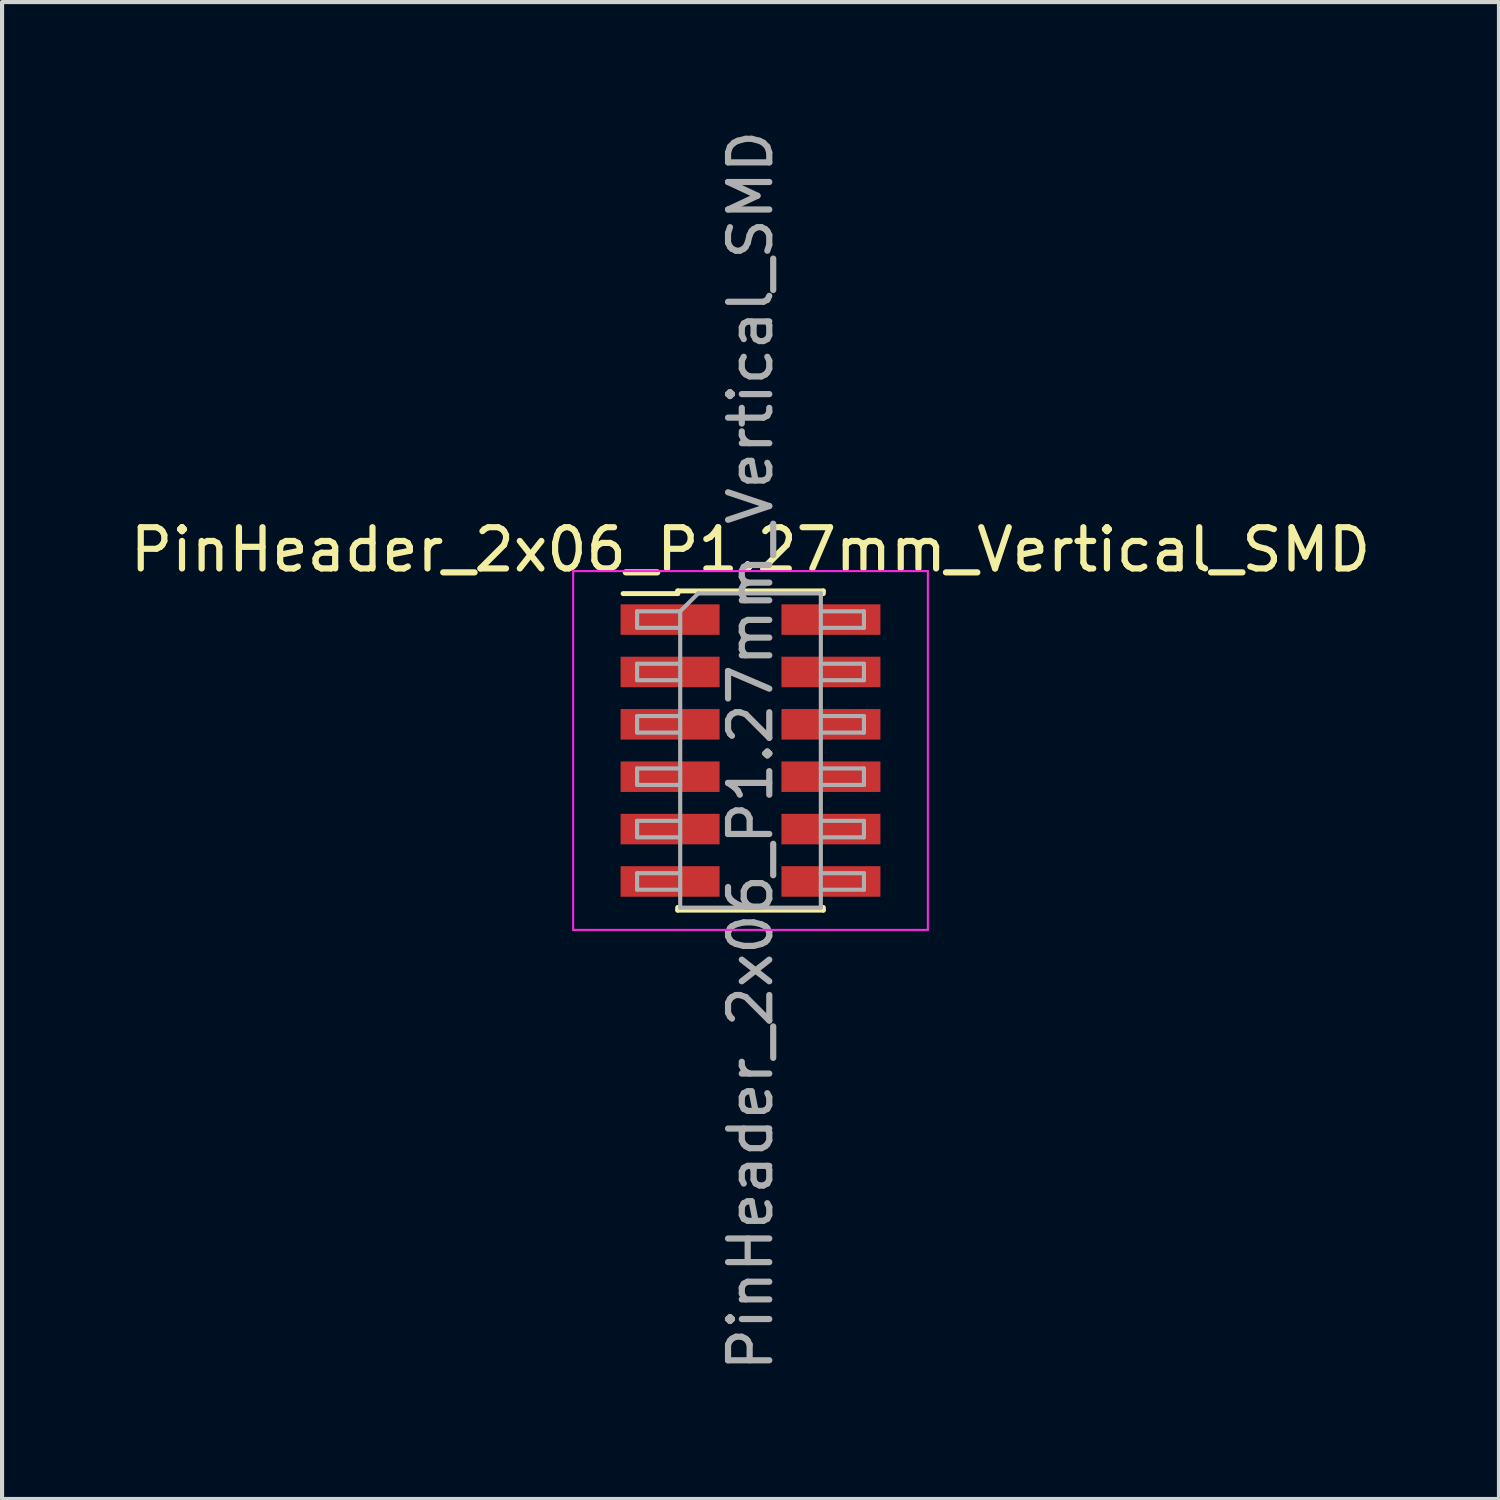
<source format=kicad_pcb>
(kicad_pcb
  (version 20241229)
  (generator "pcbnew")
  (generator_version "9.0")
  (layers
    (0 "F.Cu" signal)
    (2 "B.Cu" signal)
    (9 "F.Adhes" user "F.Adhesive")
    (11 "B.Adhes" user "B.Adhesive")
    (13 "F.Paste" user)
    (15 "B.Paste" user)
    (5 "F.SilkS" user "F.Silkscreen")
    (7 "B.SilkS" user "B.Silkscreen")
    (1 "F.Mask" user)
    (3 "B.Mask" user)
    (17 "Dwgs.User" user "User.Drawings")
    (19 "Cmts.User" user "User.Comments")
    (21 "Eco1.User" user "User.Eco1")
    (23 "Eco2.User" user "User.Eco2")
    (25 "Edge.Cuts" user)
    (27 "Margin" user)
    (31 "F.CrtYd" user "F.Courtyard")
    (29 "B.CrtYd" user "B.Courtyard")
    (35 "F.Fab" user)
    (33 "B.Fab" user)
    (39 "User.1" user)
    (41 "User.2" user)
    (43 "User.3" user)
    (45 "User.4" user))
  (footprint "PinHeader_2x06_P1.27mm_Vertical_SMD"
    (layer "F.Cu")
    (at 15.149 15.149)
    (property "Reference" "PinHeader_2x06_P1.27mm_Vertical_SMD" (at 0 -4.87 0) (layer "F.SilkS") (effects (font (size 1 1) (thickness 0.15))))
    (attr smd)
    (fp_line (start -3.09 -3.805) (end -1.765 -3.805) (stroke (width 0.12) (type solid)) (layer "F.SilkS"))
    (fp_line (start -1.765 -3.87) (end -1.765 -3.805) (stroke (width 0.12) (type solid)) (layer "F.SilkS"))
    (fp_line (start -1.765 -3.87) (end 1.765 -3.87) (stroke (width 0.12) (type solid)) (layer "F.SilkS"))
    (fp_line (start -1.765 3.805) (end -1.765 3.87) (stroke (width 0.12) (type solid)) (layer "F.SilkS"))
    (fp_line (start -1.765 3.87) (end 1.765 3.87) (stroke (width 0.12) (type solid)) (layer "F.SilkS"))
    (fp_line (start 1.765 -3.87) (end 1.765 -3.805) (stroke (width 0.12) (type solid)) (layer "F.SilkS"))
    (fp_line (start 1.765 3.805) (end 1.765 3.87) (stroke (width 0.12) (type solid)) (layer "F.SilkS"))
    (fp_line (start -4.3 -4.35) (end -4.3 4.35) (stroke (width 0.05) (type solid)) (layer "F.CrtYd"))
    (fp_line (start -4.3 4.35) (end 4.3 4.35) (stroke (width 0.05) (type solid)) (layer "F.CrtYd"))
    (fp_line (start 4.3 -4.35) (end -4.3 -4.35) (stroke (width 0.05) (type solid)) (layer "F.CrtYd"))
    (fp_line (start 4.3 4.35) (end 4.3 -4.35) (stroke (width 0.05) (type solid)) (layer "F.CrtYd"))
    (fp_line (start -2.75 -3.375) (end -2.75 -2.975) (stroke (width 0.1) (type solid)) (layer "F.Fab"))
    (fp_line (start -2.75 -2.975) (end -1.705 -2.975) (stroke (width 0.1) (type solid)) (layer "F.Fab"))
    (fp_line (start -2.75 -2.105) (end -2.75 -1.705) (stroke (width 0.1) (type solid)) (layer "F.Fab"))
    (fp_line (start -2.75 -1.705) (end -1.705 -1.705) (stroke (width 0.1) (type solid)) (layer "F.Fab"))
    (fp_line (start -2.75 -0.835) (end -2.75 -0.435) (stroke (width 0.1) (type solid)) (layer "F.Fab"))
    (fp_line (start -2.75 -0.435) (end -1.705 -0.435) (stroke (width 0.1) (type solid)) (layer "F.Fab"))
    (fp_line (start -2.75 0.435) (end -2.75 0.835) (stroke (width 0.1) (type solid)) (layer "F.Fab"))
    (fp_line (start -2.75 0.835) (end -1.705 0.835) (stroke (width 0.1) (type solid)) (layer "F.Fab"))
    (fp_line (start -2.75 1.705) (end -2.75 2.105) (stroke (width 0.1) (type solid)) (layer "F.Fab"))
    (fp_line (start -2.75 2.105) (end -1.705 2.105) (stroke (width 0.1) (type solid)) (layer "F.Fab"))
    (fp_line (start -2.75 2.975) (end -2.75 3.375) (stroke (width 0.1) (type solid)) (layer "F.Fab"))
    (fp_line (start -2.75 3.375) (end -1.705 3.375) (stroke (width 0.1) (type solid)) (layer "F.Fab"))
    (fp_line (start -1.705 -3.375) (end -2.75 -3.375) (stroke (width 0.1) (type solid)) (layer "F.Fab"))
    (fp_line (start -1.705 -3.375) (end -1.27 -3.81) (stroke (width 0.1) (type solid)) (layer "F.Fab"))
    (fp_line (start -1.705 -2.105) (end -2.75 -2.105) (stroke (width 0.1) (type solid)) (layer "F.Fab"))
    (fp_line (start -1.705 -0.835) (end -2.75 -0.835) (stroke (width 0.1) (type solid)) (layer "F.Fab"))
    (fp_line (start -1.705 0.435) (end -2.75 0.435) (stroke (width 0.1) (type solid)) (layer "F.Fab"))
    (fp_line (start -1.705 1.705) (end -2.75 1.705) (stroke (width 0.1) (type solid)) (layer "F.Fab"))
    (fp_line (start -1.705 2.975) (end -2.75 2.975) (stroke (width 0.1) (type solid)) (layer "F.Fab"))
    (fp_line (start -1.705 3.81) (end -1.705 -3.375) (stroke (width 0.1) (type solid)) (layer "F.Fab"))
    (fp_line (start -1.27 -3.81) (end 1.705 -3.81) (stroke (width 0.1) (type solid)) (layer "F.Fab"))
    (fp_line (start 1.705 -3.81) (end 1.705 3.81) (stroke (width 0.1) (type solid)) (layer "F.Fab"))
    (fp_line (start 1.705 -3.375) (end 2.75 -3.375) (stroke (width 0.1) (type solid)) (layer "F.Fab"))
    (fp_line (start 1.705 -2.105) (end 2.75 -2.105) (stroke (width 0.1) (type solid)) (layer "F.Fab"))
    (fp_line (start 1.705 -0.835) (end 2.75 -0.835) (stroke (width 0.1) (type solid)) (layer "F.Fab"))
    (fp_line (start 1.705 0.435) (end 2.75 0.435) (stroke (width 0.1) (type solid)) (layer "F.Fab"))
    (fp_line (start 1.705 1.705) (end 2.75 1.705) (stroke (width 0.1) (type solid)) (layer "F.Fab"))
    (fp_line (start 1.705 2.975) (end 2.75 2.975) (stroke (width 0.1) (type solid)) (layer "F.Fab"))
    (fp_line (start 1.705 3.81) (end -1.705 3.81) (stroke (width 0.1) (type solid)) (layer "F.Fab"))
    (fp_line (start 2.75 -3.375) (end 2.75 -2.975) (stroke (width 0.1) (type solid)) (layer "F.Fab"))
    (fp_line (start 2.75 -2.975) (end 1.705 -2.975) (stroke (width 0.1) (type solid)) (layer "F.Fab"))
    (fp_line (start 2.75 -2.105) (end 2.75 -1.705) (stroke (width 0.1) (type solid)) (layer "F.Fab"))
    (fp_line (start 2.75 -1.705) (end 1.705 -1.705) (stroke (width 0.1) (type solid)) (layer "F.Fab"))
    (fp_line (start 2.75 -0.835) (end 2.75 -0.435) (stroke (width 0.1) (type solid)) (layer "F.Fab"))
    (fp_line (start 2.75 -0.435) (end 1.705 -0.435) (stroke (width 0.1) (type solid)) (layer "F.Fab"))
    (fp_line (start 2.75 0.435) (end 2.75 0.835) (stroke (width 0.1) (type solid)) (layer "F.Fab"))
    (fp_line (start 2.75 0.835) (end 1.705 0.835) (stroke (width 0.1) (type solid)) (layer "F.Fab"))
    (fp_line (start 2.75 1.705) (end 2.75 2.105) (stroke (width 0.1) (type solid)) (layer "F.Fab"))
    (fp_line (start 2.75 2.105) (end 1.705 2.105) (stroke (width 0.1) (type solid)) (layer "F.Fab"))
    (fp_line (start 2.75 2.975) (end 2.75 3.375) (stroke (width 0.1) (type solid)) (layer "F.Fab"))
    (fp_line (start 2.75 3.375) (end 1.705 3.375) (stroke (width 0.1) (type solid)) (layer "F.Fab"))
    (fp_text user "${REFERENCE}" (at 0 0 90) (layer "F.Fab") (effects (font (size 1 1) (thickness 0.15))))
    (pad "1" smd rect (at -1.95 -3.175) (size 2.4 0.74) (layers "F.Cu" "F.Mask" "F.Paste"))
    (pad "2" smd rect (at 1.95 -3.175) (size 2.4 0.74) (layers "F.Cu" "F.Mask" "F.Paste"))
    (pad "3" smd rect (at -1.95 -1.905) (size 2.4 0.74) (layers "F.Cu" "F.Mask" "F.Paste"))
    (pad "4" smd rect (at 1.95 -1.905) (size 2.4 0.74) (layers "F.Cu" "F.Mask" "F.Paste"))
    (pad "5" smd rect (at -1.95 -0.635) (size 2.4 0.74) (layers "F.Cu" "F.Mask" "F.Paste"))
    (pad "6" smd rect (at 1.95 -0.635) (size 2.4 0.74) (layers "F.Cu" "F.Mask" "F.Paste"))
    (pad "7" smd rect (at -1.95 0.635) (size 2.4 0.74) (layers "F.Cu" "F.Mask" "F.Paste"))
    (pad "8" smd rect (at 1.95 0.635) (size 2.4 0.74) (layers "F.Cu" "F.Mask" "F.Paste"))
    (pad "9" smd rect (at -1.95 1.905) (size 2.4 0.74) (layers "F.Cu" "F.Mask" "F.Paste"))
    (pad "10" smd rect (at 1.95 1.905) (size 2.4 0.74) (layers "F.Cu" "F.Mask" "F.Paste"))
    (pad "11" smd rect (at -1.95 3.175) (size 2.4 0.74) (layers "F.Cu" "F.Mask" "F.Paste"))
    (pad "12" smd rect (at 1.95 3.175) (size 2.4 0.74) (layers "F.Cu" "F.Mask" "F.Paste")))
  (gr_rect
    (start -3 -3)
    (end 33.298 33.298)
    (stroke (width 0.1) (type default))
    (fill no)
    (layer "Edge.Cuts")))
</source>
